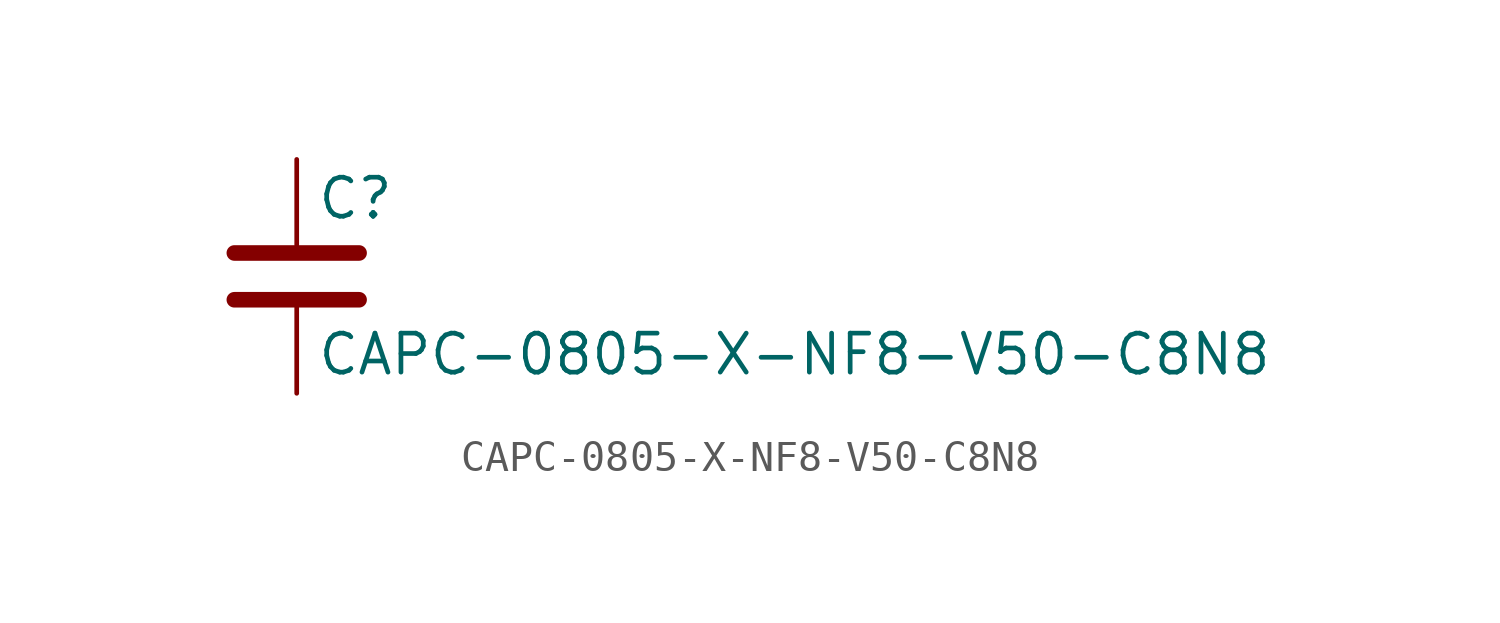
<source format=kicad_sym>
(kicad_symbol_lib
  (version 20211014)
  (generator kicad_symbol_editor)
  (symbol "CAPC-0805-X-NF8-V50-C8N8"
    (pin_numbers hide)
    (pin_names
      (offset 0.254))
    (property "Reference" "C"
      (at 0.635 2.54 0)
      (effects (font (size 1.27 1.27)) (justify left)))
    (property "Value" "CAPC-0805-X-NF8-V50-C8N8"
      (at 0.635 -2.54 0)
      (effects (font (size 1.27 1.27)) (justify left)))
    (symbol "CAPC-0805-X-NF8-V50-C8N8_0_1"
      (polyline (pts (xy -2.032 -0.762) (xy 2.032 -0.762)) (stroke (width 0.508) (type default) (color 0 0 0 0)) (fill (type none)))
      (polyline (pts (xy -2.032 0.762) (xy 2.032 0.762)) (stroke (width 0.508) (type default) (color 0 0 0 0)) (fill (type none))))
    (symbol "CAPC-0805-X-NF8-V50-C8N8_1_1"
      (pin passive line (at 0 3.81 270) (length 2.794) (name "~" (effects (font (size 1.27 1.27)))) (number "1" (effects (font (size 1.27 1.27)))))
      (pin passive line (at 0 -3.81 90) (length 2.794) (name "~" (effects (font (size 1.27 1.27)))) (number "2" (effects (font (size 1.27 1.27))))))))
</source>
